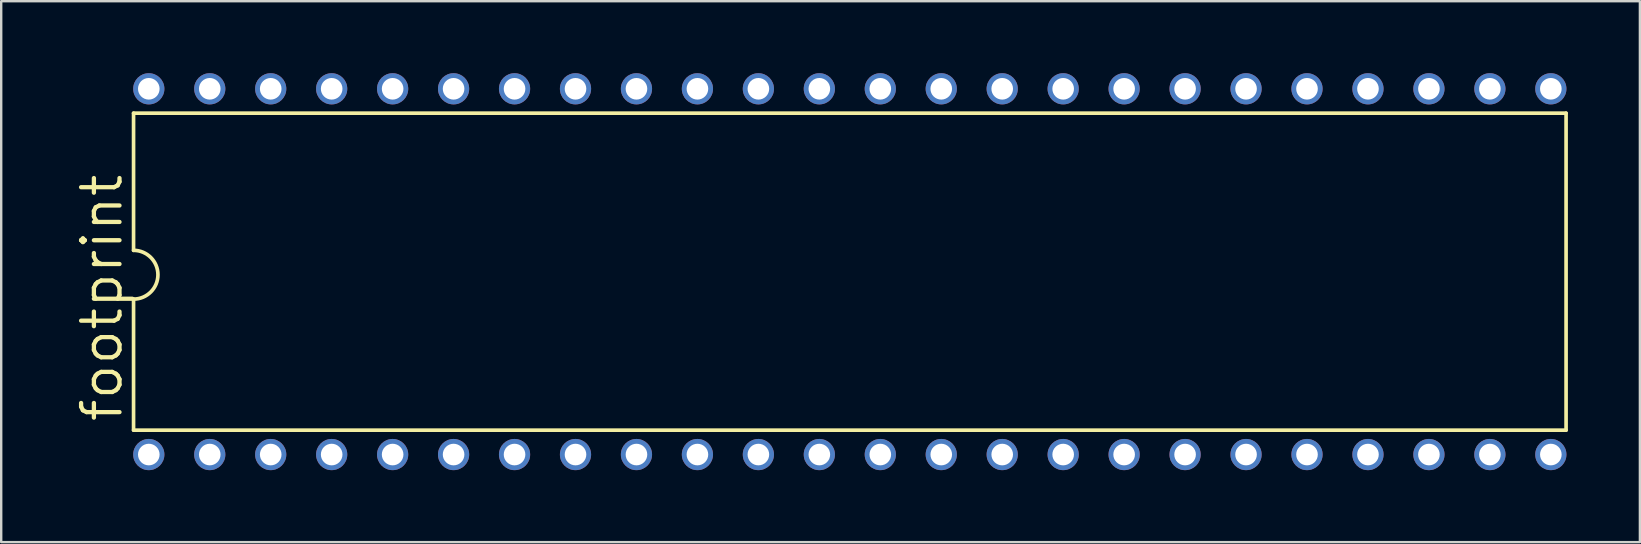
<source format=kicad_pcb>
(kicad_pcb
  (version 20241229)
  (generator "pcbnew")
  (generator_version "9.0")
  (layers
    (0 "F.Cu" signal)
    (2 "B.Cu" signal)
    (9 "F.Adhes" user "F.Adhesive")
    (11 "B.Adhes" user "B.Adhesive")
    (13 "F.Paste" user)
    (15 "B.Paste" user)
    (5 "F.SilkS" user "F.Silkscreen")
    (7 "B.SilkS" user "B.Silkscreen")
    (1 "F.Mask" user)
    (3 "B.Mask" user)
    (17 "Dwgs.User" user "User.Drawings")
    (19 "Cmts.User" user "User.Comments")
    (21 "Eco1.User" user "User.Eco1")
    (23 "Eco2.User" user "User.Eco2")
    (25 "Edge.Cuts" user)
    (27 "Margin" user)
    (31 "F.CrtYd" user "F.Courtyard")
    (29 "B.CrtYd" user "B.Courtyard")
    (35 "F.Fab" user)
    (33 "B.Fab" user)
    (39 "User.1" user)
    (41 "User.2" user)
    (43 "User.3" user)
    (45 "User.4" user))
  (footprint "footprint"
    (layer "F.Cu")
    (at 32.36 8.27)
    (property "Reference" "footprint" (at -30.226 6.35 90) (layer "F.SilkS") (effects (font (size 1.6 1.6) (thickness 0.178)) (justify left bottom)))
    (fp_line (start -29.845 -6.604) (end -29.845 -0.889) (stroke (width 0.152) (type solid)) (layer "F.SilkS"))
    (fp_line (start -29.845 6.604) (end -29.845 1.143) (stroke (width 0.152) (type solid)) (layer "F.SilkS"))
    (fp_line (start -29.845 6.604) (end 29.845 6.604) (stroke (width 0.152) (type solid)) (layer "F.SilkS"))
    (fp_line (start 29.845 -6.604) (end -29.845 -6.604) (stroke (width 0.152) (type solid)) (layer "F.SilkS"))
    (fp_line (start 29.845 6.604) (end 29.845 -6.604) (stroke (width 0.152) (type solid)) (layer "F.SilkS"))
    (fp_arc (start -29.845 -0.889) (mid -28.829 0.127) (end -29.845 1.143) (stroke (width 0.1524) (type solid)) (layer "F.SilkS"))
    (pad "1" thru_hole circle (at -29.21 7.62 90) (size 1.3 1.3) (drill 0.9) (layers "*.Cu" "*.Mask"))
    (pad "2" thru_hole circle (at -26.67 7.62 90) (size 1.3 1.3) (drill 0.9) (layers "*.Cu" "*.Mask"))
    (pad "3" thru_hole circle (at -24.13 7.62 90) (size 1.3 1.3) (drill 0.9) (layers "*.Cu" "*.Mask"))
    (pad "4" thru_hole circle (at -21.59 7.62 90) (size 1.3 1.3) (drill 0.9) (layers "*.Cu" "*.Mask"))
    (pad "5" thru_hole circle (at -19.05 7.62 90) (size 1.3 1.3) (drill 0.9) (layers "*.Cu" "*.Mask"))
    (pad "6" thru_hole circle (at -16.51 7.62 90) (size 1.3 1.3) (drill 0.9) (layers "*.Cu" "*.Mask"))
    (pad "7" thru_hole circle (at -13.97 7.62 90) (size 1.3 1.3) (drill 0.9) (layers "*.Cu" "*.Mask"))
    (pad "8" thru_hole circle (at -11.43 7.62 90) (size 1.3 1.3) (drill 0.9) (layers "*.Cu" "*.Mask"))
    (pad "9" thru_hole circle (at -8.89 7.62 90) (size 1.3 1.3) (drill 0.9) (layers "*.Cu" "*.Mask"))
    (pad "10" thru_hole circle (at -6.35 7.62 90) (size 1.3 1.3) (drill 0.9) (layers "*.Cu" "*.Mask"))
    (pad "11" thru_hole circle (at -3.81 7.62 90) (size 1.3 1.3) (drill 0.9) (layers "*.Cu" "*.Mask"))
    (pad "12" thru_hole circle (at -1.27 7.62 90) (size 1.3 1.3) (drill 0.9) (layers "*.Cu" "*.Mask"))
    (pad "13" thru_hole circle (at 1.27 7.62 90) (size 1.3 1.3) (drill 0.9) (layers "*.Cu" "*.Mask"))
    (pad "14" thru_hole circle (at 3.81 7.62 90) (size 1.3 1.3) (drill 0.9) (layers "*.Cu" "*.Mask"))
    (pad "15" thru_hole circle (at 6.35 7.62 90) (size 1.3 1.3) (drill 0.9) (layers "*.Cu" "*.Mask"))
    (pad "16" thru_hole circle (at 8.89 7.62 90) (size 1.3 1.3) (drill 0.9) (layers "*.Cu" "*.Mask"))
    (pad "17" thru_hole circle (at 11.43 7.62 90) (size 1.3 1.3) (drill 0.9) (layers "*.Cu" "*.Mask"))
    (pad "18" thru_hole circle (at 13.97 7.62 90) (size 1.3 1.3) (drill 0.9) (layers "*.Cu" "*.Mask"))
    (pad "19" thru_hole circle (at 16.51 7.62 90) (size 1.3 1.3) (drill 0.9) (layers "*.Cu" "*.Mask"))
    (pad "20" thru_hole circle (at 19.05 7.62 90) (size 1.3 1.3) (drill 0.9) (layers "*.Cu" "*.Mask"))
    (pad "21" thru_hole circle (at 21.59 7.62 90) (size 1.3 1.3) (drill 0.9) (layers "*.Cu" "*.Mask"))
    (pad "22" thru_hole circle (at 24.13 7.62 90) (size 1.3 1.3) (drill 0.9) (layers "*.Cu" "*.Mask"))
    (pad "23" thru_hole circle (at 26.67 7.62 90) (size 1.3 1.3) (drill 0.9) (layers "*.Cu" "*.Mask"))
    (pad "24" thru_hole circle (at 29.21 7.62 90) (size 1.3 1.3) (drill 0.9) (layers "*.Cu" "*.Mask"))
    (pad "25" thru_hole circle (at 29.21 -7.62 90) (size 1.3 1.3) (drill 0.9) (layers "*.Cu" "*.Mask"))
    (pad "26" thru_hole circle (at 26.67 -7.62 90) (size 1.3 1.3) (drill 0.9) (layers "*.Cu" "*.Mask"))
    (pad "27" thru_hole circle (at 24.13 -7.62 90) (size 1.3 1.3) (drill 0.9) (layers "*.Cu" "*.Mask"))
    (pad "28" thru_hole circle (at 21.59 -7.62 90) (size 1.3 1.3) (drill 0.9) (layers "*.Cu" "*.Mask"))
    (pad "29" thru_hole circle (at 19.05 -7.62 90) (size 1.3 1.3) (drill 0.9) (layers "*.Cu" "*.Mask"))
    (pad "30" thru_hole circle (at 16.51 -7.62 90) (size 1.3 1.3) (drill 0.9) (layers "*.Cu" "*.Mask"))
    (pad "31" thru_hole circle (at 13.97 -7.62 90) (size 1.3 1.3) (drill 0.9) (layers "*.Cu" "*.Mask"))
    (pad "32" thru_hole circle (at 11.43 -7.62 90) (size 1.3 1.3) (drill 0.9) (layers "*.Cu" "*.Mask"))
    (pad "33" thru_hole circle (at 8.89 -7.62 90) (size 1.3 1.3) (drill 0.9) (layers "*.Cu" "*.Mask"))
    (pad "34" thru_hole circle (at 6.35 -7.62 90) (size 1.3 1.3) (drill 0.9) (layers "*.Cu" "*.Mask"))
    (pad "35" thru_hole circle (at 3.81 -7.62 90) (size 1.3 1.3) (drill 0.9) (layers "*.Cu" "*.Mask"))
    (pad "36" thru_hole circle (at 1.27 -7.62 90) (size 1.3 1.3) (drill 0.9) (layers "*.Cu" "*.Mask"))
    (pad "37" thru_hole circle (at -1.27 -7.62 90) (size 1.3 1.3) (drill 0.9) (layers "*.Cu" "*.Mask"))
    (pad "38" thru_hole circle (at -3.81 -7.62 90) (size 1.3 1.3) (drill 0.9) (layers "*.Cu" "*.Mask"))
    (pad "39" thru_hole circle (at -6.35 -7.62 90) (size 1.3 1.3) (drill 0.9) (layers "*.Cu" "*.Mask"))
    (pad "40" thru_hole circle (at -8.89 -7.62 90) (size 1.3 1.3) (drill 0.9) (layers "*.Cu" "*.Mask"))
    (pad "41" thru_hole circle (at -11.43 -7.62 90) (size 1.3 1.3) (drill 0.9) (layers "*.Cu" "*.Mask"))
    (pad "42" thru_hole circle (at -13.97 -7.62 90) (size 1.3 1.3) (drill 0.9) (layers "*.Cu" "*.Mask"))
    (pad "43" thru_hole circle (at -16.51 -7.62 90) (size 1.3 1.3) (drill 0.9) (layers "*.Cu" "*.Mask"))
    (pad "44" thru_hole circle (at -19.05 -7.62 90) (size 1.3 1.3) (drill 0.9) (layers "*.Cu" "*.Mask"))
    (pad "45" thru_hole circle (at -21.59 -7.62 90) (size 1.3 1.3) (drill 0.9) (layers "*.Cu" "*.Mask"))
    (pad "46" thru_hole circle (at -24.13 -7.62 90) (size 1.3 1.3) (drill 0.9) (layers "*.Cu" "*.Mask"))
    (pad "47" thru_hole circle (at -26.67 -7.62 90) (size 1.3 1.3) (drill 0.9) (layers "*.Cu" "*.Mask"))
    (pad "48" thru_hole circle (at -29.21 -7.62 90) (size 1.3 1.3) (drill 0.9) (layers "*.Cu" "*.Mask")))
  (gr_rect
    (start -3 -3)
    (end 65.281 19.54)
    (stroke (width 0.1) (type default))
    (fill no)
    (layer "Edge.Cuts")))
</source>
